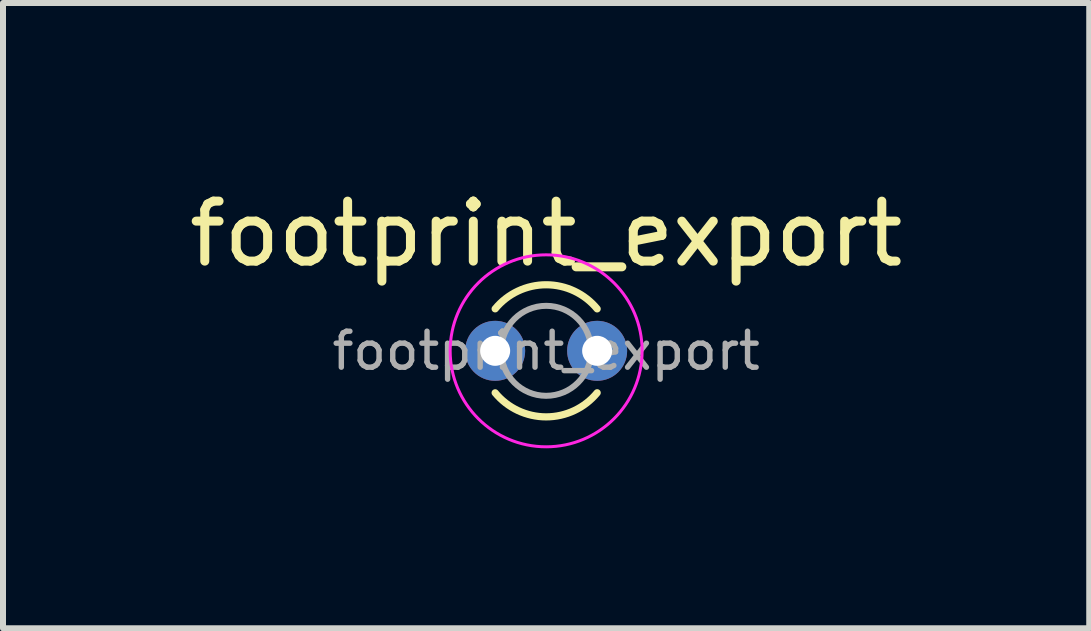
<source format=kicad_pcb>
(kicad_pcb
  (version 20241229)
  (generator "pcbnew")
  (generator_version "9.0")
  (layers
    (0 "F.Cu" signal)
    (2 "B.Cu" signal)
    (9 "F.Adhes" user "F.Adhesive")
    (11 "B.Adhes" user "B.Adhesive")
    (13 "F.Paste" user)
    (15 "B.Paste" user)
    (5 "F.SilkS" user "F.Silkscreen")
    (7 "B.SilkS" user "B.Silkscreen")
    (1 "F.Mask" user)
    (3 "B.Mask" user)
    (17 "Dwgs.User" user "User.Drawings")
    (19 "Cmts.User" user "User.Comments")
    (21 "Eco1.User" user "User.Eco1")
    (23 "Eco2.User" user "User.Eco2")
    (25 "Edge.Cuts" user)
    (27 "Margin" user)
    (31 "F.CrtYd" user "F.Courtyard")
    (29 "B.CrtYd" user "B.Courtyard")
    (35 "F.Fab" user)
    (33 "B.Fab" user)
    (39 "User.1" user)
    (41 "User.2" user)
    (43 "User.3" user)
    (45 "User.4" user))
  (footprint "footprint_export"
    (layer "F.Cu")
    (at 5.204 2.798)
    (property "Reference" "footprint_export" (at 0.85 -1.95 0) (layer "F.SilkS") (effects (font (size 1 1) (thickness 0.15))))
    (attr through_hole)
    (fp_arc (start 0 -0.7) (mid 0.850432 -1.101136) (end 1.700549 -0.699333) (stroke (width 0.12) (type solid)) (layer "F.SilkS"))
    (fp_arc (start 1.700549 0.699333) (mid 0.850432 1.101136) (end 0 0.7) (stroke (width 0.12) (type solid)) (layer "F.SilkS"))
    (fp_circle (center 0.85 0) (end 2.45 0) (stroke (width 0.05) (type solid)) (fill no) (layer "F.CrtYd"))
    (fp_circle (center 0.85 0) (end 1.6 0) (stroke (width 0.1) (type solid)) (fill no) (layer "F.Fab"))
    (fp_text user "${REFERENCE}" (at 0.85 0 0) (layer "F.Fab") (effects (font (size 0.6 0.6) (thickness 0.09))))
    (pad "1" thru_hole circle (at 0 0) (size 1 1) (drill 0.5) (layers "*.Cu" "*.Mask"))
    (pad "2" thru_hole circle (at 1.7 0) (size 1 1) (drill 0.5) (layers "*.Cu" "*.Mask")))
  (gr_rect
    (start -3 -3)
    (end 15.107 7.423)
    (stroke (width 0.1) (type default))
    (fill no)
    (layer "Edge.Cuts")))
</source>
